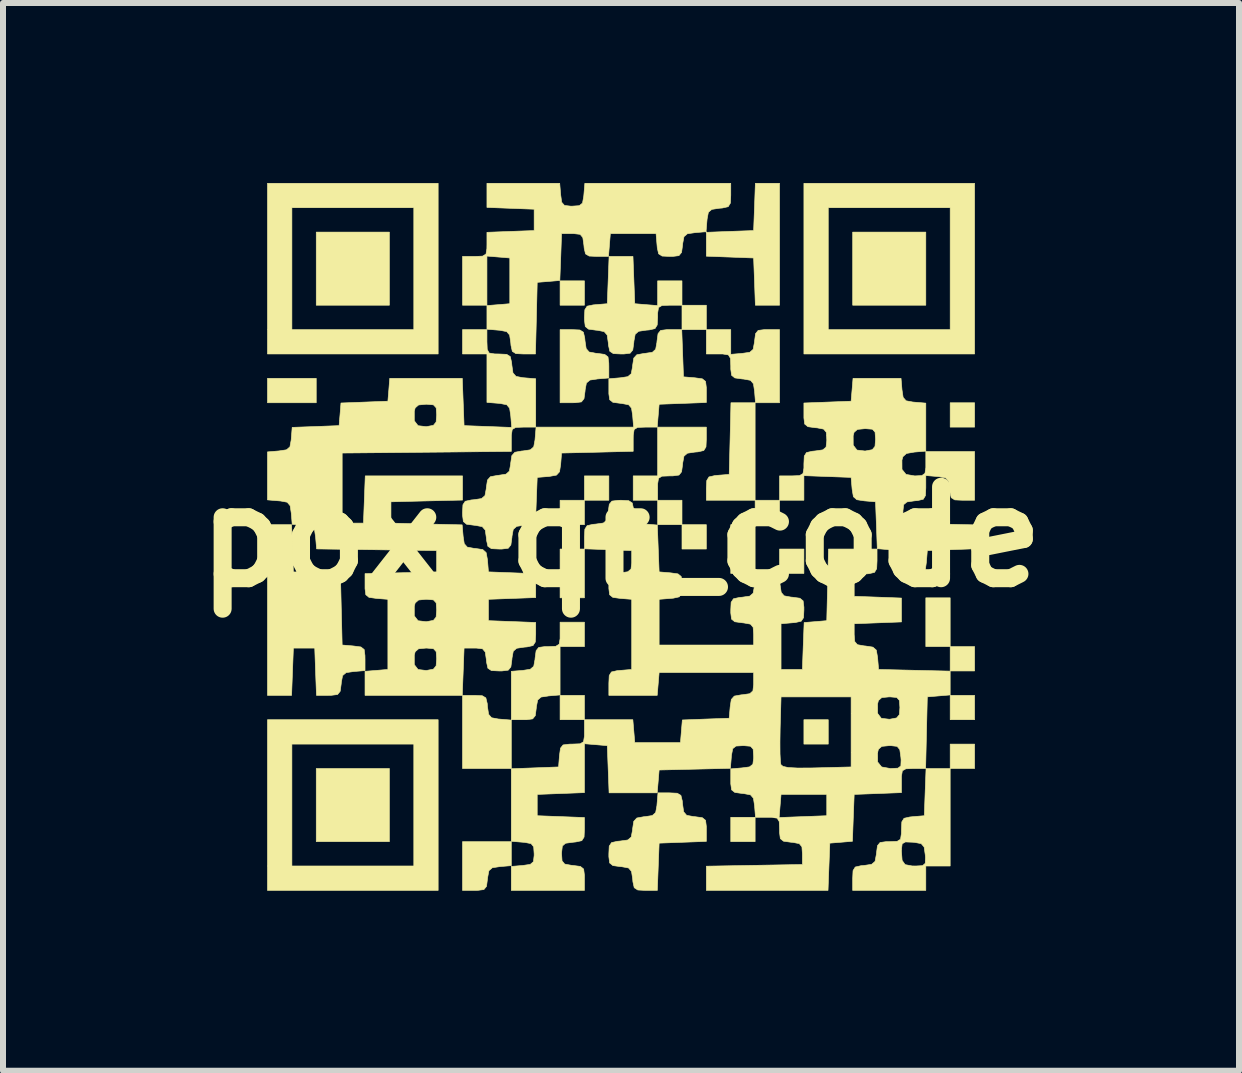
<source format=kicad_pcb>
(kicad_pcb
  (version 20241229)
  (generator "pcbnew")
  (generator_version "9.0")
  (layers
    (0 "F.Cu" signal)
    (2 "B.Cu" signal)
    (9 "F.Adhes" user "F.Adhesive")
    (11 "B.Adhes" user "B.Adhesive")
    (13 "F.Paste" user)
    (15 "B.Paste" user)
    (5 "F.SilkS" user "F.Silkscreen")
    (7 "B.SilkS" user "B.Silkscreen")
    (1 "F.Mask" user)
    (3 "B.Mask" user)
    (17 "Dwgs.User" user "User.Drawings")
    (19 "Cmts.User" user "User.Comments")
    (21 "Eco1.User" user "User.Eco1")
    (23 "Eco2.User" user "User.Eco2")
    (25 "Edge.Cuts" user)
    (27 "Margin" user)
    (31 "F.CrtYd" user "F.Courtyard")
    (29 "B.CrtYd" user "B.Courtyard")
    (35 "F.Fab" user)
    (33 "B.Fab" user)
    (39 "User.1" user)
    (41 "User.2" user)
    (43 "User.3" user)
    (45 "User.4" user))
  (footprint "pox_qr_code"
    (layer "F.Cu")
    (at 7.301 5.898)
    (property "Reference" "pox_qr_code" (at 0 0 0) (layer "F.SilkS") (effects (font (size 1.524 1.524) (thickness 0.3))))
    (attr through_hole)
    (fp_poly (pts (xy -5.08 -2.235) (xy -5.893 -2.235) (xy -5.893 -2.642) (xy -5.08 -2.642) (xy -5.08 -2.235)) (stroke (width 0.01) (type solid)) (fill yes) (layer "F.SilkS"))
    (fp_poly (pts (xy -3.861 -3.861) (xy -5.08 -3.861) (xy -5.08 -5.08) (xy -3.861 -5.08) (xy -3.861 -3.861)) (stroke (width 0.01) (type solid)) (fill yes) (layer "F.SilkS"))
    (fp_poly (pts (xy -3.861 5.08) (xy -5.08 5.08) (xy -5.08 3.861) (xy -3.861 3.861) (xy -3.861 5.08)) (stroke (width 0.01) (type solid)) (fill yes) (layer "F.SilkS"))
    (fp_poly (pts (xy -0.61 -3.861) (xy -1.016 -3.861) (xy -1.016 -4.267) (xy -0.61 -4.267) (xy -0.61 -3.861)) (stroke (width 0.01) (type solid)) (fill yes) (layer "F.SilkS"))
    (fp_poly (pts (xy -0.61 -1.016) (xy -0.203 -1.016) (xy -0.203 -0.61) (xy -0.61 -0.61) (xy -0.61 -1.016)) (stroke (width 0.01) (type solid)) (fill yes) (layer "F.SilkS"))
    (fp_poly (pts (xy -0.61 -0.203) (xy -1.016 -0.203) (xy -1.016 -0.61) (xy -0.61 -0.61) (xy -0.61 -0.203)) (stroke (width 0.01) (type solid)) (fill yes) (layer "F.SilkS"))
    (fp_poly (pts (xy -0.61 1.016) (xy -1.016 1.016) (xy -1.016 0.203) (xy -0.61 0.203) (xy -0.61 1.016)) (stroke (width 0.01) (type solid)) (fill yes) (layer "F.SilkS"))
    (fp_poly (pts (xy -0.61 3.048) (xy -1.016 3.048) (xy -1.016 2.642) (xy -0.61 2.642) (xy -0.61 3.048)) (stroke (width 0.01) (type solid)) (fill yes) (layer "F.SilkS"))
    (fp_poly (pts (xy 0.61 -0.203) (xy 0.61 -0.61) (xy 1.016 -0.61) (xy 1.016 -0.203) (xy 0.61 -0.203)) (stroke (width 0.01) (type solid)) (fill yes) (layer "F.SilkS"))
    (fp_poly (pts (xy 1.016 -3.454) (xy 1.016 -3.861) (xy 1.422 -3.861) (xy 1.422 -3.454) (xy 1.016 -3.454)) (stroke (width 0.01) (type solid)) (fill yes) (layer "F.SilkS"))
    (fp_poly (pts (xy 1.422 -5.076) (xy 1.416 -5.076) (xy 1.417 -5.086) (xy 1.422 -5.086) (xy 1.422 -5.076)) (stroke (width 0.01) (type solid)) (fill yes) (layer "F.SilkS"))
    (fp_poly (pts (xy 1.422 -0.203) (xy 1.422 0.203) (xy 1.016 0.203) (xy 1.016 -0.203) (xy 1.422 -0.203)) (stroke (width 0.01) (type solid)) (fill yes) (layer "F.SilkS"))
    (fp_poly (pts (xy 2.235 0.61) (xy 1.829 0.61) (xy 1.829 -0.203) (xy 2.235 -0.203) (xy 2.235 0.61)) (stroke (width 0.01) (type solid)) (fill yes) (layer "F.SilkS"))
    (fp_poly (pts (xy 2.235 5.08) (xy 1.829 5.08) (xy 1.829 4.674) (xy 2.235 4.674) (xy 2.235 5.08)) (stroke (width 0.01) (type solid)) (fill yes) (layer "F.SilkS"))
    (fp_poly (pts (xy 2.642 -0.203) (xy 2.235 -0.203) (xy 2.235 -0.61) (xy 2.642 -0.61) (xy 2.642 -0.203)) (stroke (width 0.01) (type solid)) (fill yes) (layer "F.SilkS"))
    (fp_poly (pts (xy 3.048 0.61) (xy 2.642 0.61) (xy 2.642 0.203) (xy 3.048 0.203) (xy 3.048 0.61)) (stroke (width 0.01) (type solid)) (fill yes) (layer "F.SilkS"))
    (fp_poly (pts (xy 3.454 3.454) (xy 3.048 3.454) (xy 3.048 3.048) (xy 3.454 3.048) (xy 3.454 3.454)) (stroke (width 0.01) (type solid)) (fill yes) (layer "F.SilkS"))
    (fp_poly (pts (xy 5.08 -3.861) (xy 3.861 -3.861) (xy 3.861 -5.08) (xy 5.08 -5.08) (xy 5.08 -3.861)) (stroke (width 0.01) (type solid)) (fill yes) (layer "F.SilkS"))
    (fp_poly (pts (xy 5.08 1.829) (xy 5.08 1.016) (xy 5.486 1.016) (xy 5.486 1.829) (xy 5.08 1.829)) (stroke (width 0.01) (type solid)) (fill yes) (layer "F.SilkS"))
    (fp_poly (pts (xy 5.486 3.454) (xy 5.893 3.454) (xy 5.893 3.861) (xy 5.486 3.861) (xy 5.486 3.454)) (stroke (width 0.01) (type solid)) (fill yes) (layer "F.SilkS"))
    (fp_poly (pts (xy 5.893 -1.829) (xy 5.486 -1.829) (xy 5.486 -2.235) (xy 5.893 -2.235) (xy 5.893 -1.829)) (stroke (width 0.01) (type solid)) (fill yes) (layer "F.SilkS"))
    (fp_poly (pts (xy 5.893 1.829) (xy 5.893 2.235) (xy 5.486 2.235) (xy 5.486 1.829) (xy 5.893 1.829)) (stroke (width 0.01) (type solid)) (fill yes) (layer "F.SilkS"))
    (fp_poly (pts (xy 5.893 3.048) (xy 5.486 3.048) (xy 5.486 2.642) (xy 5.893 2.642) (xy 5.893 3.048)) (stroke (width 0.01) (type solid)) (fill yes) (layer "F.SilkS"))
    (fp_poly (pts (xy -3.048 -3.048) (xy -5.893 -3.048) (xy -5.893 -5.486) (xy -5.486 -5.486) (xy -5.486 -3.454) (xy -3.454 -3.454) (xy -3.454 -5.486) (xy -5.486 -5.486) (xy -5.893 -5.486) (xy -5.893 -5.893) (xy -3.048 -5.893) (xy -3.048 -3.048)) (stroke (width 0.01) (type solid)) (fill yes) (layer "F.SilkS"))
    (fp_poly (pts (xy -3.048 5.893) (xy -5.893 5.893) (xy -5.893 3.454) (xy -5.486 3.454) (xy -5.486 5.486) (xy -3.454 5.486) (xy -3.454 3.454) (xy -5.486 3.454) (xy -5.893 3.454) (xy -5.893 3.048) (xy -3.048 3.048) (xy -3.048 5.893)) (stroke (width 0.01) (type solid)) (fill yes) (layer "F.SilkS"))
    (fp_poly (pts (xy 2.642 -3.861) (xy 2.239 -3.861) (xy 2.225 -4.255) (xy 2.21 -4.648) (xy 1.422 -4.678) (xy 1.422 -5.076) (xy 1.813 -5.091) (xy 2.21 -5.105) (xy 2.225 -5.499) (xy 2.239 -5.893) (xy 2.642 -5.893) (xy 2.642 -3.861)) (stroke (width 0.01) (type solid)) (fill yes) (layer "F.SilkS"))
    (fp_poly (pts (xy 5.893 -3.048) (xy 3.048 -3.048) (xy 3.048 -5.486) (xy 3.454 -5.486) (xy 3.454 -3.454) (xy 5.486 -3.454) (xy 5.486 -5.486) (xy 3.454 -5.486) (xy 3.048 -5.486) (xy 3.048 -5.893) (xy 5.893 -5.893) (xy 5.893 -3.048)) (stroke (width 0.01) (type solid)) (fill yes) (layer "F.SilkS"))
    (fp_poly (pts (xy -2.313 2.648) (xy -2.253 2.684) (xy -2.23 2.778) (xy -2.226 2.832) (xy -2.207 2.958) (xy -2.158 3.015) (xy -2.045 3.036) (xy -2.019 3.038) (xy -1.829 3.054) (xy -1.829 3.861) (xy -2.642 3.861) (xy -2.642 2.642) (xy -2.444 2.642) (xy -2.313 2.648)) (stroke (width 0.01) (type solid)) (fill yes) (layer "F.SilkS"))
    (fp_poly (pts (xy -1.829 5.48) (xy -2.019 5.496) (xy -2.145 5.515) (xy -2.202 5.564) (xy -2.223 5.676) (xy -2.226 5.702) (xy -2.242 5.825) (xy -2.286 5.879) (xy -2.388 5.892) (xy -2.441 5.893) (xy -2.642 5.893) (xy -2.642 5.08) (xy -1.829 5.08) (xy -1.829 5.48)) (stroke (width 0.01) (type solid)) (fill yes) (layer "F.SilkS"))
    (fp_poly (pts (xy 0.203 -0.61) (xy 0.203 -1.016) (xy 0.61 -1.016) (xy 0.61 -1.829) (xy 1.422 -1.829) (xy 1.422 -1.629) (xy 1.416 -1.499) (xy 1.379 -1.439) (xy 1.283 -1.417) (xy 1.232 -1.413) (xy 1.106 -1.394) (xy 1.049 -1.345) (xy 1.028 -1.232) (xy 1.026 -1.206) (xy 1.009 -1.084) (xy 0.966 -1.03) (xy 0.863 -1.016) (xy 0.81 -1.016) (xy 0.682 -1.011) (xy 0.625 -0.976) (xy 0.61 -0.883) (xy 0.61 -0.813) (xy 0.61 -0.61) (xy 0.203 -0.61)) (stroke (width 0.01) (type solid)) (fill yes) (layer "F.SilkS"))
    (fp_poly (pts (xy -0.686 -3.448) (xy -0.627 -3.411) (xy -0.605 -3.315) (xy -0.6 -3.264) (xy -0.581 -3.138) (xy -0.532 -3.081) (xy -0.42 -3.06) (xy -0.394 -3.058) (xy -0.272 -3.041) (xy -0.217 -2.999) (xy -0.204 -2.898) (xy -0.203 -2.839) (xy -0.203 -2.648) (xy -0.394 -2.632) (xy -0.519 -2.613) (xy -0.577 -2.564) (xy -0.598 -2.452) (xy -0.6 -2.426) (xy -0.617 -2.303) (xy -0.66 -2.249) (xy -0.762 -2.236) (xy -0.816 -2.235) (xy -1.016 -2.235) (xy -1.016 -3.454) (xy -0.816 -3.454) (xy -0.686 -3.448)) (stroke (width 0.01) (type solid)) (fill yes) (layer "F.SilkS"))
    (fp_poly (pts (xy -5.476 0.187) (xy -5.461 0.584) (xy -4.677 0.614) (xy -4.648 1.803) (xy -4.458 1.819) (xy -4.336 1.835) (xy -4.281 1.878) (xy -4.268 1.979) (xy -4.267 2.038) (xy -4.267 2.229) (xy -4.458 2.245) (xy -4.583 2.263) (xy -4.641 2.313) (xy -4.662 2.425) (xy -4.664 2.451) (xy -4.681 2.574) (xy -4.725 2.628) (xy -4.828 2.641) (xy -4.878 2.642) (xy -5.076 2.642) (xy -5.091 2.248) (xy -5.105 1.854) (xy -5.461 1.854) (xy -5.491 2.642) (xy -5.893 2.642) (xy -5.893 -0.203) (xy -5.491 -0.203) (xy -5.476 0.187)) (stroke (width 0.01) (type solid)) (fill yes) (layer "F.SilkS"))
    (fp_poly (pts (xy -0.61 1.829) (xy -1.016 1.829) (xy -1.016 2.635) (xy -1.206 2.651) (xy -1.332 2.67) (xy -1.389 2.719) (xy -1.411 2.832) (xy -1.413 2.857) (xy -1.429 2.98) (xy -1.473 3.034) (xy -1.575 3.048) (xy -1.629 3.048) (xy -1.829 3.048) (xy -1.829 2.241) (xy -1.638 2.226) (xy -1.513 2.207) (xy -1.455 2.158) (xy -1.434 2.045) (xy -1.432 2.019) (xy -1.415 1.897) (xy -1.372 1.843) (xy -1.27 1.829) (xy -1.216 1.829) (xy -1.088 1.824) (xy -1.031 1.789) (xy -1.016 1.696) (xy -1.016 1.626) (xy -1.016 1.422) (xy -0.61 1.422) (xy -0.61 1.829)) (stroke (width 0.01) (type solid)) (fill yes) (layer "F.SilkS"))
    (fp_poly (pts (xy 1.422 -0.61) (xy 1.422 -0.81) (xy 1.429 -0.939) (xy 1.466 -0.999) (xy 1.562 -1.021) (xy 1.613 -1.026) (xy 1.803 -1.041) (xy 1.818 -1.638) (xy 1.832 -2.235) (xy 2.037 -2.235) (xy 2.241 -2.235) (xy 2.226 -2.426) (xy 2.207 -2.551) (xy 2.158 -2.609) (xy 2.045 -2.63) (xy 2.019 -2.632) (xy 1.897 -2.649) (xy 1.843 -2.692) (xy 1.829 -2.794) (xy 1.829 -2.848) (xy 1.824 -2.976) (xy 1.789 -3.033) (xy 1.696 -3.048) (xy 1.626 -3.048) (xy 1.422 -3.048) (xy 1.422 -3.454) (xy 1.829 -3.454) (xy 1.829 -3.042) (xy 2.019 -3.058) (xy 2.145 -3.076) (xy 2.202 -3.125) (xy 2.223 -3.238) (xy 2.226 -3.264) (xy 2.242 -3.387) (xy 2.286 -3.441) (xy 2.388 -3.454) (xy 2.441 -3.454) (xy 2.642 -3.454) (xy 2.642 -2.235) (xy 2.235 -2.235) (xy 2.235 -0.61) (xy 1.422 -0.61)) (stroke (width 0.01) (type solid)) (fill yes) (layer "F.SilkS"))
    (fp_poly (pts (xy 0.229 -3.886) (xy 0.419 -3.87) (xy 0.61 -3.855) (xy 0.61 -4.267) (xy 1.016 -4.267) (xy 1.016 -3.861) (xy 0.813 -3.861) (xy 0.683 -3.856) (xy 0.625 -3.822) (xy 0.61 -3.73) (xy 0.61 -3.661) (xy 0.603 -3.531) (xy 0.566 -3.471) (xy 0.47 -3.449) (xy 0.419 -3.445) (xy 0.293 -3.426) (xy 0.236 -3.377) (xy 0.215 -3.264) (xy 0.213 -3.239) (xy 0.196 -3.115) (xy 0.152 -3.061) (xy 0.048 -3.048) (xy 0 -3.048) (xy -0.128 -3.054) (xy -0.187 -3.093) (xy -0.209 -3.192) (xy -0.213 -3.239) (xy -0.231 -3.364) (xy -0.281 -3.421) (xy -0.393 -3.443) (xy -0.419 -3.445) (xy -0.542 -3.462) (xy -0.596 -3.506) (xy -0.609 -3.61) (xy -0.61 -3.658) (xy -0.603 -3.786) (xy -0.565 -3.845) (xy -0.465 -3.866) (xy -0.419 -3.87) (xy -0.229 -3.886) (xy -0.214 -4.28) (xy -0.199 -4.674) (xy 0.199 -4.674) (xy 0.229 -3.886)) (stroke (width 0.01) (type solid)) (fill yes) (layer "F.SilkS"))
    (fp_poly (pts (xy 0.937 4.273) (xy 0.998 4.309) (xy 1.021 4.402) (xy 1.026 4.458) (xy 1.044 4.583) (xy 1.093 4.641) (xy 1.206 4.662) (xy 1.232 4.664) (xy 1.355 4.681) (xy 1.409 4.725) (xy 1.422 4.828) (xy 1.422 4.878) (xy 1.422 5.076) (xy 0.635 5.105) (xy 0.605 5.893) (xy 0.407 5.893) (xy 0.279 5.886) (xy 0.22 5.848) (xy 0.198 5.75) (xy 0.194 5.702) (xy 0.175 5.577) (xy 0.126 5.519) (xy 0.013 5.498) (xy -0.013 5.496) (xy -0.136 5.479) (xy -0.19 5.435) (xy -0.203 5.331) (xy -0.203 5.283) (xy -0.197 5.155) (xy -0.158 5.096) (xy -0.059 5.074) (xy -0.013 5.07) (xy 0.113 5.052) (xy 0.17 5.003) (xy 0.191 4.891) (xy 0.193 4.867) (xy 0.212 4.742) (xy 0.263 4.686) (xy 0.378 4.665) (xy 0.397 4.664) (xy 0.521 4.645) (xy 0.577 4.595) (xy 0.598 4.482) (xy 0.6 4.458) (xy 0.616 4.267) (xy 0.807 4.267) (xy 0.937 4.273)) (stroke (width 0.01) (type solid)) (fill yes) (layer "F.SilkS"))
    (fp_poly (pts (xy 5.486 5.486) (xy 5.08 5.486) (xy 5.08 5.893) (xy 3.861 5.893) (xy 3.861 5.693) (xy 3.867 5.563) (xy 3.904 5.503) (xy 4 5.481) (xy 4.051 5.477) (xy 4.177 5.458) (xy 4.234 5.409) (xy 4.255 5.296) (xy 4.258 5.271) (xy 4.261 5.246) (xy 4.674 5.246) (xy 4.685 5.392) (xy 4.735 5.463) (xy 4.851 5.485) (xy 4.914 5.486) (xy 5.026 5.48) (xy 5.071 5.441) (xy 5.074 5.34) (xy 5.07 5.296) (xy 5.052 5.17) (xy 5.003 5.113) (xy 4.89 5.092) (xy 4.864 5.09) (xy 4.74 5.085) (xy 4.686 5.116) (xy 4.674 5.207) (xy 4.674 5.246) (xy 4.261 5.246) (xy 4.274 5.148) (xy 4.318 5.094) (xy 4.42 5.08) (xy 4.473 5.08) (xy 4.602 5.075) (xy 4.659 5.04) (xy 4.673 4.945) (xy 4.674 4.88) (xy 4.68 4.75) (xy 4.717 4.691) (xy 4.813 4.669) (xy 4.864 4.664) (xy 5.055 4.648) (xy 5.069 4.255) (xy 5.084 3.861) (xy 5.486 3.861) (xy 5.486 5.486)) (stroke (width 0.01) (type solid)) (fill yes) (layer "F.SilkS"))
    (fp_poly (pts (xy -1.006 -5.702) (xy -0.989 -5.577) (xy -0.943 -5.524) (xy -0.84 -5.512) (xy -0.813 -5.512) (xy -0.696 -5.52) (xy -0.642 -5.563) (xy -0.622 -5.673) (xy -0.619 -5.702) (xy -0.603 -5.893) (xy 1.829 -5.893) (xy 1.829 -5.693) (xy 1.823 -5.563) (xy 1.786 -5.503) (xy 1.689 -5.481) (xy 1.638 -5.477) (xy 1.513 -5.458) (xy 1.456 -5.41) (xy 1.435 -5.299) (xy 1.432 -5.268) (xy 1.417 -5.086) (xy 1.232 -5.07) (xy 1.106 -5.052) (xy 1.049 -5.003) (xy 1.028 -4.89) (xy 1.026 -4.864) (xy 1.009 -4.741) (xy 0.965 -4.687) (xy 0.861 -4.674) (xy 0.813 -4.674) (xy 0.685 -4.68) (xy 0.626 -4.718) (xy 0.604 -4.818) (xy 0.6 -4.864) (xy 0.584 -5.055) (xy -0.178 -5.055) (xy -0.209 -4.674) (xy -0.401 -4.674) (xy -0.531 -4.68) (xy -0.592 -4.716) (xy -0.614 -4.81) (xy -0.619 -4.864) (xy -0.637 -4.989) (xy -0.682 -5.042) (xy -0.786 -5.054) (xy -0.813 -5.055) (xy -0.991 -5.055) (xy -1.005 -4.664) (xy -1.02 -4.273) (xy -1.209 -4.257) (xy -1.397 -4.242) (xy -1.411 -3.645) (xy -1.426 -3.048) (xy -1.624 -3.048) (xy -1.753 -3.054) (xy -1.812 -3.092) (xy -1.834 -3.19) (xy -1.838 -3.239) (xy -1.857 -3.364) (xy -1.906 -3.421) (xy -2.019 -3.443) (xy -2.045 -3.445) (xy -2.235 -3.461) (xy -2.235 -3.855) (xy -2.045 -3.87) (xy -1.854 -3.886) (xy -1.854 -4.648) (xy -2.235 -4.68) (xy -2.235 -3.861) (xy -2.642 -3.861) (xy -2.642 -4.674) (xy -2.438 -4.674) (xy -2.308 -4.679) (xy -2.251 -4.713) (xy -2.236 -4.805) (xy -2.235 -4.875) (xy -2.235 -5.076) (xy -1.841 -5.091) (xy -1.448 -5.105) (xy -1.448 -5.461) (xy -2.235 -5.491) (xy -2.235 -5.893) (xy -1.022 -5.893) (xy -1.006 -5.702)) (stroke (width 0.01) (type solid)) (fill yes) (layer "F.SilkS"))
    (fp_poly (pts (xy 1.041 -2.667) (xy 1.232 -2.651) (xy 1.355 -2.634) (xy 1.409 -2.59) (xy 1.422 -2.487) (xy 1.422 -2.437) (xy 1.422 -2.239) (xy 0.635 -2.21) (xy 0.603 -1.829) (xy 0.406 -1.829) (xy 0.276 -1.824) (xy 0.219 -1.79) (xy 0.204 -1.697) (xy 0.203 -1.627) (xy 0.203 -1.426) (xy -0.394 -1.411) (xy -0.991 -1.397) (xy -1.006 -1.209) (xy -1.025 -1.085) (xy -1.076 -1.029) (xy -1.191 -1.008) (xy -1.209 -1.006) (xy -1.397 -0.991) (xy -1.412 -0.6) (xy -1.427 -0.209) (xy -1.615 -0.193) (xy -1.739 -0.175) (xy -1.796 -0.125) (xy -1.817 -0.012) (xy -1.819 0.013) (xy -1.836 0.136) (xy -1.88 0.19) (xy -1.984 0.203) (xy -2.032 0.203) (xy -2.16 0.197) (xy -2.219 0.158) (xy -2.241 0.059) (xy -2.245 0.013) (xy -2.263 -0.113) (xy -2.313 -0.17) (xy -2.425 -0.191) (xy -2.451 -0.194) (xy -2.574 -0.21) (xy -2.628 -0.255) (xy -2.641 -0.358) (xy -2.642 -0.406) (xy -2.635 -0.535) (xy -2.597 -0.593) (xy -2.497 -0.615) (xy -2.451 -0.619) (xy -2.325 -0.638) (xy -2.268 -0.687) (xy -2.247 -0.799) (xy -2.245 -0.823) (xy -2.226 -0.947) (xy -2.176 -1.003) (xy -2.06 -1.024) (xy -2.042 -1.026) (xy -1.917 -1.045) (xy -1.861 -1.095) (xy -1.84 -1.211) (xy -1.839 -1.229) (xy -1.82 -1.354) (xy -1.769 -1.41) (xy -1.654 -1.431) (xy -1.635 -1.432) (xy -1.511 -1.451) (xy -1.455 -1.501) (xy -1.434 -1.614) (xy -1.432 -1.638) (xy -1.416 -1.829) (xy 0.209 -1.829) (xy 0.194 -2.019) (xy 0.175 -2.145) (xy 0.126 -2.202) (xy 0.013 -2.223) (xy -0.013 -2.226) (xy -0.135 -2.242) (xy -0.189 -2.285) (xy -0.203 -2.385) (xy -0.203 -2.445) (xy -0.203 -2.635) (xy -0.013 -2.651) (xy 0.113 -2.67) (xy 0.17 -2.719) (xy 0.191 -2.831) (xy 0.193 -2.855) (xy 0.212 -2.979) (xy 0.263 -3.035) (xy 0.378 -3.056) (xy 0.397 -3.058) (xy 0.521 -3.076) (xy 0.577 -3.126) (xy 0.598 -3.24) (xy 0.6 -3.264) (xy 0.617 -3.387) (xy 0.661 -3.441) (xy 0.764 -3.454) (xy 0.814 -3.454) (xy 1.012 -3.454) (xy 1.041 -2.667)) (stroke (width 0.01) (type solid)) (fill yes) (layer "F.SilkS"))
    (fp_poly (pts (xy 2.642 -1.016) (xy 2.845 -1.016) (xy 2.975 -1.021) (xy 3.033 -1.055) (xy 3.048 -1.147) (xy 3.048 -1.216) (xy 3.054 -1.346) (xy 3.091 -1.405) (xy 3.188 -1.427) (xy 3.239 -1.432) (xy 3.363 -1.45) (xy 3.417 -1.495) (xy 3.429 -1.598) (xy 3.429 -1.626) (xy 3.425 -1.685) (xy 3.869 -1.685) (xy 3.87 -1.528) (xy 3.932 -1.447) (xy 4.065 -1.431) (xy 4.076 -1.432) (xy 4.188 -1.453) (xy 4.233 -1.508) (xy 4.242 -1.626) (xy 4.234 -1.745) (xy 4.19 -1.794) (xy 4.078 -1.803) (xy 4.064 -1.803) (xy 3.94 -1.791) (xy 3.884 -1.742) (xy 3.869 -1.685) (xy 3.425 -1.685) (xy 3.421 -1.743) (xy 3.377 -1.796) (xy 3.268 -1.817) (xy 3.239 -1.819) (xy 3.115 -1.836) (xy 3.061 -1.88) (xy 3.048 -1.983) (xy 3.048 -2.033) (xy 3.048 -2.231) (xy 3.442 -2.246) (xy 3.835 -2.261) (xy 3.851 -2.451) (xy 3.867 -2.642) (xy 4.667 -2.642) (xy 4.683 -2.451) (xy 4.702 -2.325) (xy 4.751 -2.268) (xy 4.864 -2.247) (xy 4.889 -2.245) (xy 5.08 -2.229) (xy 5.08 -1.429) (xy 4.889 -1.413) (xy 4.758 -1.39) (xy 4.698 -1.336) (xy 4.682 -1.279) (xy 4.683 -1.124) (xy 4.75 -1.041) (xy 4.894 -1.016) (xy 4.901 -1.016) (xy 5.015 -1.022) (xy 5.066 -1.059) (xy 5.08 -1.156) (xy 5.08 -1.222) (xy 5.08 -1.422) (xy 5.893 -1.422) (xy 5.893 -0.61) (xy 5.693 -0.61) (xy 5.563 -0.616) (xy 5.503 -0.653) (xy 5.481 -0.749) (xy 5.477 -0.8) (xy 5.458 -0.926) (xy 5.409 -0.983) (xy 5.296 -1.004) (xy 5.271 -1.006) (xy 5.08 -1.022) (xy 5.08 -0.819) (xy 5.074 -0.688) (xy 5.038 -0.627) (xy 4.945 -0.605) (xy 4.889 -0.6) (xy 4.765 -0.582) (xy 4.711 -0.537) (xy 4.699 -0.434) (xy 4.699 -0.406) (xy 4.699 -0.229) (xy 5.893 -0.2) (xy 5.893 0.199) (xy 5.105 0.229) (xy 5.09 0.419) (xy 5.073 0.542) (xy 5.029 0.596) (xy 4.925 0.609) (xy 4.877 0.61) (xy 4.749 0.603) (xy 4.69 0.565) (xy 4.668 0.465) (xy 4.664 0.419) (xy 4.645 0.293) (xy 4.596 0.236) (xy 4.484 0.215) (xy 4.458 0.213) (xy 4.271 0.197) (xy 4.257 -0.191) (xy 4.242 -0.584) (xy 4.054 -0.6) (xy 3.93 -0.619) (xy 3.873 -0.669) (xy 3.853 -0.785) (xy 3.851 -0.803) (xy 3.835 -0.991) (xy 3.048 -1.02) (xy 3.048 -0.61) (xy 2.642 -0.61) (xy 2.642 -1.016)) (stroke (width 0.01) (type solid)) (fill yes) (layer "F.SilkS"))
    (fp_poly (pts (xy -2.235 -3.254) (xy -2.23 -3.123) (xy -2.198 -3.064) (xy -2.108 -3.049) (xy -2.035 -3.048) (xy -1.906 -3.042) (xy -1.846 -3.005) (xy -1.824 -2.908) (xy -1.819 -2.857) (xy -1.801 -2.732) (xy -1.751 -2.675) (xy -1.639 -2.653) (xy -1.613 -2.651) (xy -1.422 -2.635) (xy -1.422 -1.829) (xy -1.626 -1.829) (xy -1.756 -1.824) (xy -1.813 -1.79) (xy -1.828 -1.697) (xy -1.829 -1.626) (xy -1.829 -1.424) (xy -4.648 -1.397) (xy -4.648 -0.229) (xy -4.293 -0.229) (xy -4.278 -0.622) (xy -4.263 -1.016) (xy -2.642 -1.016) (xy -2.642 -0.613) (xy -3.239 -0.599) (xy -3.835 -0.584) (xy -3.835 -0.229) (xy -2.648 -0.2) (xy -2.632 -0.011) (xy -2.613 0.114) (xy -2.563 0.171) (xy -2.449 0.192) (xy -2.429 0.193) (xy -2.304 0.212) (xy -2.248 0.263) (xy -2.227 0.378) (xy -2.225 0.397) (xy -2.21 0.584) (xy -1.816 0.599) (xy -1.422 0.614) (xy -1.422 1.012) (xy -2.21 1.041) (xy -2.21 1.397) (xy -1.816 1.412) (xy -1.422 1.427) (xy -1.422 1.625) (xy -1.429 1.753) (xy -1.467 1.812) (xy -1.565 1.834) (xy -1.613 1.838) (xy -1.739 1.857) (xy -1.796 1.906) (xy -1.817 2.019) (xy -1.819 2.045) (xy -1.836 2.168) (xy -1.88 2.222) (xy -1.984 2.235) (xy -2.032 2.235) (xy -2.16 2.229) (xy -2.219 2.19) (xy -2.241 2.091) (xy -2.245 2.045) (xy -2.263 1.92) (xy -2.308 1.866) (xy -2.411 1.854) (xy -2.438 1.854) (xy -2.616 1.854) (xy -2.646 2.642) (xy -4.267 2.642) (xy -4.267 2.241) (xy -4.077 2.226) (xy -3.886 2.21) (xy -3.886 1.972) (xy -3.446 1.972) (xy -3.446 2.129) (xy -3.383 2.211) (xy -3.25 2.227) (xy -3.239 2.226) (xy -3.127 2.205) (xy -3.082 2.15) (xy -3.073 2.032) (xy -3.081 1.913) (xy -3.126 1.864) (xy -3.238 1.854) (xy -3.251 1.854) (xy -3.375 1.866) (xy -3.431 1.915) (xy -3.446 1.972) (xy -3.886 1.972) (xy -3.886 1.159) (xy -3.446 1.159) (xy -3.446 1.317) (xy -3.383 1.398) (xy -3.25 1.414) (xy -3.239 1.413) (xy -3.127 1.392) (xy -3.082 1.337) (xy -3.073 1.219) (xy -3.081 1.1) (xy -3.126 1.051) (xy -3.238 1.041) (xy -3.251 1.041) (xy -3.375 1.053) (xy -3.431 1.102) (xy -3.446 1.159) (xy -3.886 1.159) (xy -3.886 1.041) (xy -4.077 1.026) (xy -4.2 1.009) (xy -4.254 0.965) (xy -4.267 0.862) (xy -4.267 0.811) (xy -4.267 0.613) (xy -3.073 0.584) (xy -3.073 0.229) (xy -5.074 0.201) (xy -5.09 0.012) (xy -5.108 -0.113) (xy -5.157 -0.17) (xy -5.268 -0.191) (xy -5.298 -0.194) (xy -5.481 -0.209) (xy -5.496 -0.394) (xy -5.515 -0.519) (xy -5.564 -0.577) (xy -5.676 -0.598) (xy -5.702 -0.6) (xy -5.893 -0.616) (xy -5.893 -1.416) (xy -5.702 -1.432) (xy -5.576 -1.451) (xy -5.519 -1.5) (xy -5.498 -1.612) (xy -5.496 -1.636) (xy -5.481 -1.825) (xy -5.09 -1.839) (xy -4.699 -1.854) (xy -4.683 -2.043) (xy -4.679 -2.092) (xy -3.446 -2.092) (xy -3.446 -1.935) (xy -3.383 -1.853) (xy -3.25 -1.837) (xy -3.239 -1.838) (xy -3.127 -1.859) (xy -3.082 -1.914) (xy -3.073 -2.032) (xy -3.081 -2.151) (xy -3.126 -2.2) (xy -3.238 -2.21) (xy -3.251 -2.21) (xy -3.375 -2.198) (xy -3.431 -2.149) (xy -3.446 -2.092) (xy -4.679 -2.092) (xy -4.668 -2.231) (xy -4.277 -2.246) (xy -3.886 -2.261) (xy -3.87 -2.451) (xy -3.855 -2.642) (xy -2.646 -2.642) (xy -2.616 -1.854) (xy -1.822 -1.824) (xy -1.838 -2.017) (xy -1.857 -2.144) (xy -1.905 -2.202) (xy -2.015 -2.223) (xy -2.045 -2.226) (xy -2.235 -2.241) (xy -2.235 -3.048) (xy -2.642 -3.048) (xy -2.642 -3.454) (xy -2.235 -3.454) (xy -2.235 -3.254)) (stroke (width 0.01) (type solid)) (fill yes) (layer "F.SilkS"))
    (fp_poly (pts (xy 0.128 -0.603) (xy 0.187 -0.565) (xy 0.209 -0.465) (xy 0.213 -0.419) (xy 0.231 -0.293) (xy 0.28 -0.236) (xy 0.393 -0.215) (xy 0.417 -0.213) (xy 0.605 -0.197) (xy 0.635 0.584) (xy 0.826 0.6) (xy 0.949 0.617) (xy 1.003 0.661) (xy 1.016 0.765) (xy 1.016 0.813) (xy 1.01 0.941) (xy 0.971 1) (xy 0.872 1.022) (xy 0.826 1.026) (xy 0.635 1.041) (xy 0.635 1.803) (xy 2.21 1.803) (xy 2.21 1.626) (xy 2.202 1.508) (xy 2.158 1.455) (xy 2.048 1.435) (xy 2.019 1.432) (xy 1.896 1.415) (xy 1.842 1.371) (xy 1.829 1.267) (xy 1.829 1.219) (xy 1.835 1.091) (xy 1.874 1.032) (xy 1.973 1.01) (xy 2.019 1.006) (xy 2.145 0.988) (xy 2.202 0.939) (xy 2.223 0.826) (xy 2.226 0.8) (xy 2.242 0.677) (xy 2.287 0.623) (xy 2.39 0.61) (xy 2.438 0.61) (xy 2.567 0.616) (xy 2.625 0.654) (xy 2.647 0.754) (xy 2.651 0.8) (xy 2.67 0.926) (xy 2.719 0.983) (xy 2.832 1.004) (xy 2.857 1.006) (xy 2.981 1.023) (xy 3.035 1.067) (xy 3.048 1.171) (xy 3.048 1.219) (xy 3.042 1.347) (xy 3.003 1.406) (xy 2.904 1.428) (xy 2.857 1.432) (xy 2.667 1.448) (xy 2.667 2.21) (xy 3.023 2.21) (xy 3.037 1.819) (xy 3.052 1.428) (xy 3.241 1.413) (xy 3.429 1.397) (xy 3.458 0.203) (xy 4.267 0.203) (xy 4.267 0.4) (xy 4.261 0.531) (xy 4.225 0.592) (xy 4.132 0.614) (xy 4.077 0.619) (xy 3.952 0.637) (xy 3.898 0.682) (xy 3.886 0.786) (xy 3.886 0.813) (xy 3.886 0.991) (xy 4.28 1.005) (xy 4.674 1.02) (xy 4.674 1.418) (xy 3.886 1.448) (xy 3.886 1.626) (xy 3.894 1.743) (xy 3.939 1.797) (xy 4.05 1.817) (xy 4.074 1.819) (xy 4.198 1.838) (xy 4.255 1.888) (xy 4.275 2.004) (xy 4.277 2.022) (xy 4.293 2.21) (xy 5.486 2.238) (xy 5.486 2.635) (xy 5.105 2.667) (xy 5.091 3.264) (xy 5.077 3.861) (xy 4.879 3.861) (xy 4.748 3.866) (xy 4.689 3.899) (xy 4.674 3.989) (xy 4.674 4.062) (xy 4.674 4.263) (xy 4.28 4.278) (xy 3.886 4.293) (xy 3.871 4.683) (xy 3.857 5.074) (xy 3.668 5.09) (xy 3.48 5.105) (xy 3.45 5.893) (xy 1.422 5.893) (xy 1.422 5.691) (xy 1.422 5.489) (xy 2.223 5.475) (xy 3.023 5.461) (xy 3.023 5.283) (xy 3.015 5.166) (xy 2.971 5.113) (xy 2.861 5.092) (xy 2.832 5.09) (xy 2.709 5.073) (xy 2.655 5.03) (xy 2.642 4.927) (xy 2.642 4.874) (xy 2.637 4.746) (xy 2.602 4.689) (xy 2.533 4.678) (xy 2.635 4.678) (xy 3.032 4.663) (xy 3.429 4.648) (xy 3.429 4.293) (xy 2.667 4.293) (xy 2.651 4.485) (xy 2.635 4.678) (xy 2.533 4.678) (xy 2.508 4.674) (xy 2.438 4.674) (xy 2.241 4.674) (xy 2.226 4.483) (xy 2.207 4.357) (xy 2.158 4.3) (xy 2.045 4.279) (xy 2.019 4.277) (xy 1.897 4.26) (xy 1.843 4.217) (xy 1.829 4.116) (xy 1.829 4.059) (xy 1.829 3.867) (xy 2.016 3.851) (xy 2.142 3.834) (xy 2.197 3.79) (xy 2.21 3.69) (xy 2.21 3.658) (xy 2.202 3.538) (xy 2.158 3.49) (xy 2.046 3.48) (xy 2.032 3.48) (xy 1.916 3.487) (xy 1.862 3.53) (xy 1.841 3.638) (xy 1.838 3.674) (xy 1.823 3.858) (xy 1.232 3.872) (xy 0.635 3.886) (xy 0.603 4.267) (xy -0.199 4.267) (xy -0.214 3.873) (xy -0.229 3.48) (xy -0.61 3.448) (xy -0.61 4.263) (xy -1.397 4.293) (xy -1.397 4.648) (xy -1.003 4.663) (xy -0.61 4.678) (xy -0.61 4.876) (xy -0.616 5.004) (xy -0.654 5.064) (xy -0.752 5.085) (xy -0.8 5.09) (xy -0.925 5.107) (xy -0.978 5.153) (xy -0.99 5.256) (xy -0.991 5.283) (xy -0.983 5.4) (xy -0.939 5.454) (xy -0.829 5.474) (xy -0.8 5.477) (xy -0.677 5.493) (xy -0.623 5.537) (xy -0.61 5.639) (xy -0.61 5.693) (xy -0.61 5.893) (xy -1.829 5.893) (xy -1.829 5.493) (xy -1.638 5.477) (xy -1.513 5.459) (xy -1.46 5.414) (xy -1.448 5.31) (xy -1.448 5.283) (xy -1.456 5.166) (xy -1.499 5.113) (xy -1.609 5.092) (xy -1.638 5.09) (xy -1.829 5.074) (xy -1.829 3.865) (xy -1.435 3.85) (xy -1.041 3.835) (xy -1.026 3.645) (xy -1.009 3.522) (xy -0.966 3.468) (xy -0.863 3.455) (xy -0.81 3.454) (xy -0.682 3.449) (xy -0.625 3.415) (xy -0.61 3.321) (xy -0.61 3.251) (xy -0.61 3.048) (xy 0.197 3.048) (xy 0.229 3.429) (xy 0.991 3.429) (xy 0.991 3.424) (xy 2.649 3.424) (xy 2.65 3.617) (xy 2.657 3.751) (xy 2.664 3.796) (xy 2.7 3.826) (xy 2.787 3.845) (xy 2.942 3.853) (xy 3.179 3.852) (xy 3.263 3.85) (xy 3.835 3.835) (xy 3.835 3.598) (xy 4.276 3.598) (xy 4.277 3.752) (xy 4.343 3.835) (xy 4.488 3.861) (xy 4.497 3.861) (xy 4.616 3.855) (xy 4.664 3.818) (xy 4.668 3.719) (xy 4.664 3.67) (xy 4.646 3.545) (xy 4.601 3.492) (xy 4.498 3.48) (xy 4.47 3.48) (xy 4.346 3.492) (xy 4.29 3.541) (xy 4.276 3.598) (xy 3.835 3.598) (xy 3.835 2.785) (xy 4.276 2.785) (xy 4.276 2.942) (xy 4.338 3.024) (xy 4.471 3.04) (xy 4.483 3.039) (xy 4.594 3.018) (xy 4.64 2.962) (xy 4.648 2.845) (xy 4.64 2.726) (xy 4.596 2.677) (xy 4.484 2.667) (xy 4.47 2.667) (xy 4.346 2.679) (xy 4.29 2.728) (xy 4.276 2.785) (xy 3.835 2.785) (xy 3.835 2.667) (xy 2.667 2.667) (xy 2.652 3.197) (xy 2.649 3.424) (xy 0.991 3.424) (xy 1.006 3.241) (xy 1.022 3.052) (xy 1.413 3.037) (xy 1.803 3.023) (xy 1.819 2.835) (xy 1.838 2.71) (xy 1.888 2.654) (xy 2.004 2.633) (xy 2.022 2.632) (xy 2.146 2.614) (xy 2.198 2.567) (xy 2.21 2.461) (xy 2.21 2.438) (xy 2.21 2.261) (xy 0.635 2.261) (xy 0.603 2.642) (xy -0.203 2.642) (xy -0.203 2.441) (xy -0.197 2.312) (xy -0.16 2.252) (xy -0.064 2.23) (xy -0.013 2.226) (xy 0.178 2.21) (xy 0.178 1.041) (xy -0.013 1.026) (xy -0.136 1.009) (xy -0.19 0.965) (xy -0.203 0.861) (xy -0.203 0.813) (xy -0.197 0.685) (xy -0.158 0.626) (xy -0.059 0.604) (xy -0.013 0.6) (xy 0.112 0.582) (xy 0.166 0.537) (xy 0.178 0.434) (xy 0.178 0.406) (xy 0.178 0.229) (xy -0.61 0.199) (xy -0.61 0.001) (xy -0.603 -0.128) (xy -0.565 -0.187) (xy -0.467 -0.209) (xy -0.419 -0.213) (xy -0.293 -0.231) (xy -0.236 -0.281) (xy -0.215 -0.393) (xy -0.213 -0.419) (xy -0.196 -0.542) (xy -0.152 -0.596) (xy -0.048 -0.609) (xy 0 -0.61) (xy 0.128 -0.603)) (stroke (width 0.01) (type solid)) (fill yes) (layer "F.SilkS")))
  (gr_rect
    (start -3 -3)
    (end 17.601 14.796)
    (stroke (width 0.1) (type default))
    (fill no)
    (layer "Edge.Cuts")))
</source>
